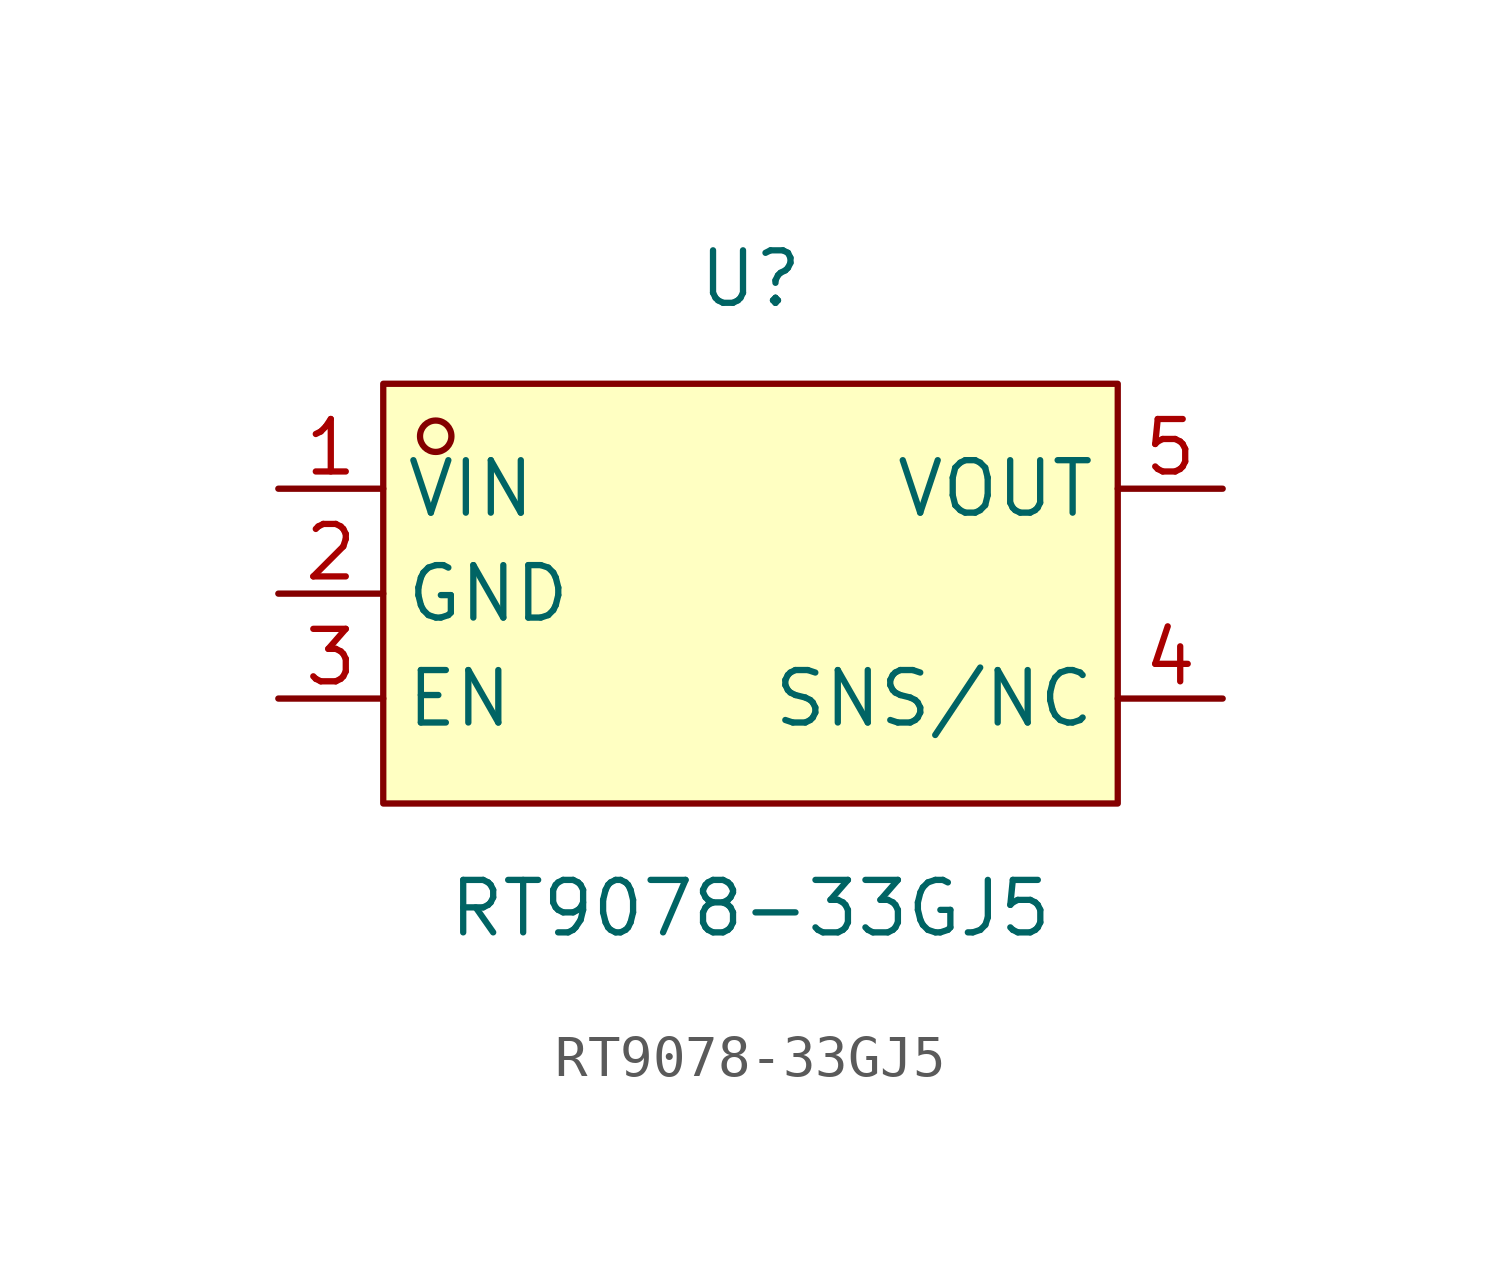
<source format=kicad_sym>
(kicad_symbol_lib
  (version 20211014)
  (generator https://github.com/uPesy/easyeda2kicad.py)
  (symbol "RT9078-33GJ5"
    (property "Reference" "U"
      (at 0 7.62 0)
      (effects (font (size 1.27 1.27))))
    (property "Value" "RT9078-33GJ5"
      (at 0 -7.62 0)
      (effects (font (size 1.27 1.27))))
    (symbol "RT9078-33GJ5_0_1"
      (rectangle (start -8.89 5.08) (end 8.89 -5.08) (stroke (width 0) (type default) (color 0 0 0 0)) (fill (type background)))
      (circle (center -7.62 3.81) (radius 0.38) (stroke (width 0) (type default) (color 0 0 0 0)) (fill (type none)))
      (pin unspecified line (at -11.43 2.54 0) (length 2.54) (name "VIN" (effects (font (size 1.27 1.27)))) (number "1" (effects (font (size 1.27 1.27)))))
      (pin unspecified line (at -11.43 -0.00 0) (length 2.54) (name "GND" (effects (font (size 1.27 1.27)))) (number "2" (effects (font (size 1.27 1.27)))))
      (pin unspecified line (at -11.43 -2.54 0) (length 2.54) (name "EN" (effects (font (size 1.27 1.27)))) (number "3" (effects (font (size 1.27 1.27)))))
      (pin unspecified line (at 11.43 -2.54 180) (length 2.54) (name "SNS/NC" (effects (font (size 1.27 1.27)))) (number "4" (effects (font (size 1.27 1.27)))))
      (pin unspecified line (at 11.43 2.54 180) (length 2.54) (name "VOUT" (effects (font (size 1.27 1.27)))) (number "5" (effects (font (size 1.27 1.27))))))))
</source>
